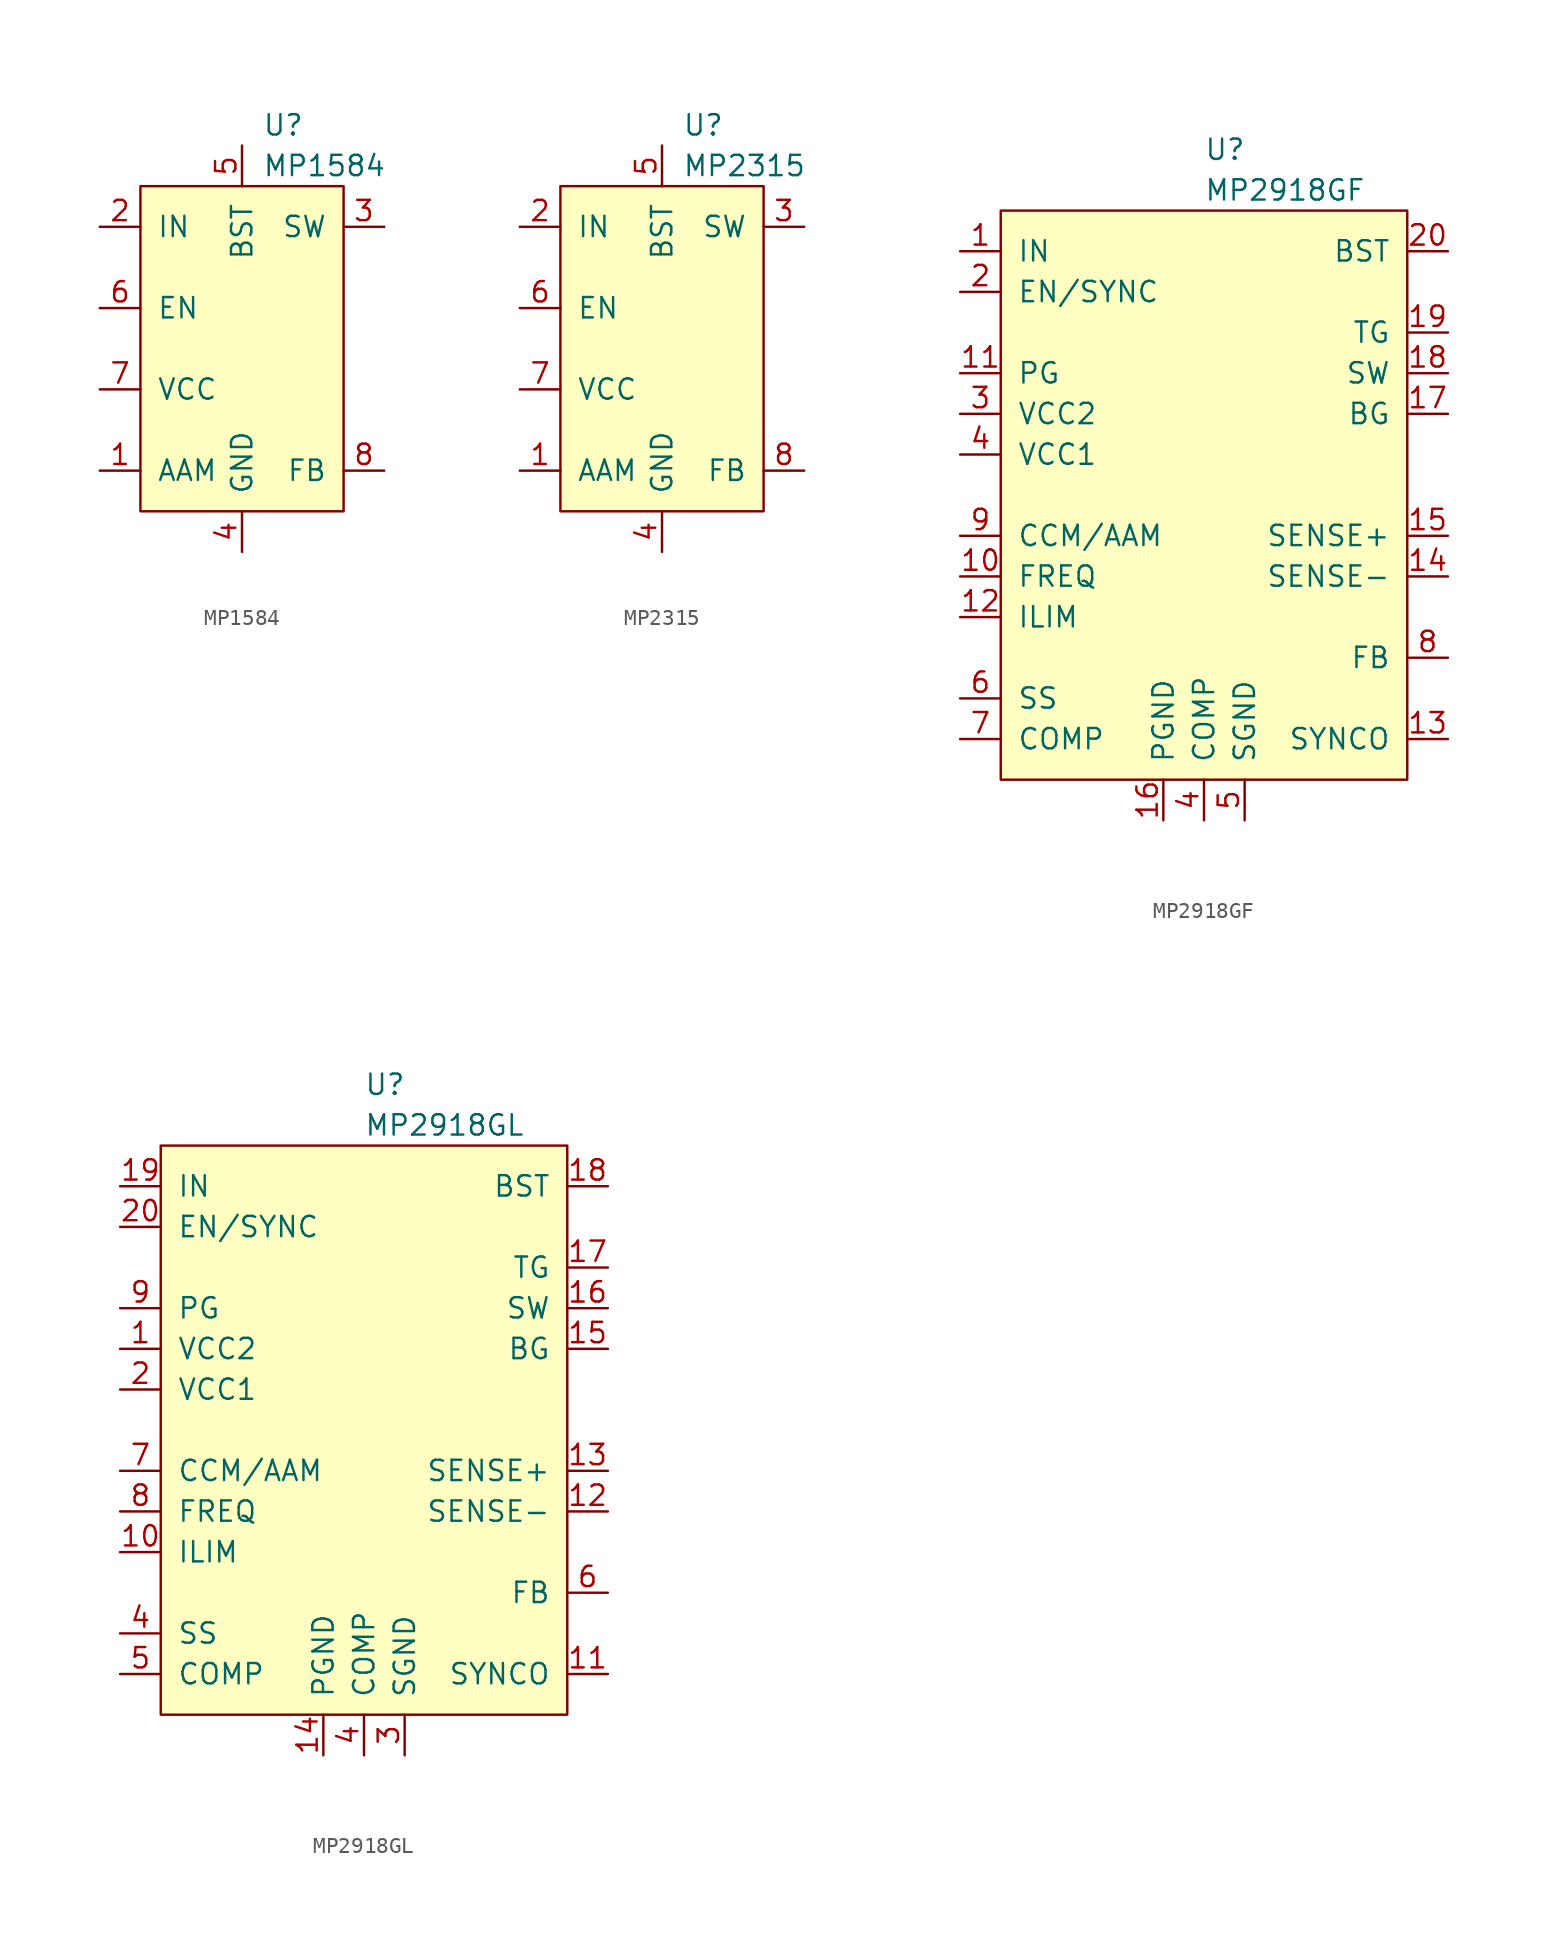
<source format=kicad_sym>
(kicad_symbol_lib
  (version 20211014)
  (generator kicad_symbol_editor)
  (symbol "MP1584"
    (pin_names
      (offset 1.016))
    (property "Reference" "U"
      (at 1.27 13.97 0)
      (effects (font (size 1.27 1.27)) (justify left)))
    (property "Value" "MP1584"
      (at 1.27 11.43 0)
      (effects (font (size 1.27 1.27)) (justify left)))
    (symbol "MP1584_0_1"
      (rectangle (start -6.35 10.16) (end 6.35 -10.16) (stroke (width 0) (type default) (color 0 0 0 0)) (fill (type background))))
    (symbol "MP1584_1_1"
      (pin input line (at -8.89 -7.62 0) (length 2.54) (name "AAM" (effects (font (size 1.27 1.27)))) (number "1" (effects (font (size 1.27 1.27)))))
      (pin power_in line (at -8.89 7.62 0) (length 2.54) (name "IN" (effects (font (size 1.27 1.27)))) (number "2" (effects (font (size 1.27 1.27)))))
      (pin power_out line (at 8.89 7.62 180) (length 2.54) (name "SW" (effects (font (size 1.27 1.27)))) (number "3" (effects (font (size 1.27 1.27)))))
      (pin power_in line (at 0 -12.7 90) (length 2.54) (name "GND" (effects (font (size 1.27 1.27)))) (number "4" (effects (font (size 1.27 1.27)))))
      (pin input line (at 0 12.7 270) (length 2.54) (name "BST" (effects (font (size 1.27 1.27)))) (number "5" (effects (font (size 1.27 1.27)))))
      (pin input line (at -8.89 2.54 0) (length 2.54) (name "EN" (effects (font (size 1.27 1.27)))) (number "6" (effects (font (size 1.27 1.27)))))
      (pin power_out line (at -8.89 -2.54 0) (length 2.54) (name "VCC" (effects (font (size 1.27 1.27)))) (number "7" (effects (font (size 1.27 1.27)))))
      (pin input line (at 8.89 -7.62 180) (length 2.54) (name "FB" (effects (font (size 1.27 1.27)))) (number "8" (effects (font (size 1.27 1.27)))))))
  (symbol "MP2315"
    (pin_names
      (offset 1.016))
    (property "Reference" "U"
      (at 1.27 13.97 0)
      (effects (font (size 1.27 1.27)) (justify left)))
    (property "Value" "MP2315"
      (at 1.27 11.43 0)
      (effects (font (size 1.27 1.27)) (justify left)))
    (symbol "MP2315_0_1"
      (rectangle (start -6.35 10.16) (end 6.35 -10.16) (stroke (width 0) (type default) (color 0 0 0 0)) (fill (type background))))
    (symbol "MP2315_1_1"
      (pin input line (at -8.89 -7.62 0) (length 2.54) (name "AAM" (effects (font (size 1.27 1.27)))) (number "1" (effects (font (size 1.27 1.27)))))
      (pin power_in line (at -8.89 7.62 0) (length 2.54) (name "IN" (effects (font (size 1.27 1.27)))) (number "2" (effects (font (size 1.27 1.27)))))
      (pin power_out line (at 8.89 7.62 180) (length 2.54) (name "SW" (effects (font (size 1.27 1.27)))) (number "3" (effects (font (size 1.27 1.27)))))
      (pin power_in line (at 0 -12.7 90) (length 2.54) (name "GND" (effects (font (size 1.27 1.27)))) (number "4" (effects (font (size 1.27 1.27)))))
      (pin input line (at 0 12.7 270) (length 2.54) (name "BST" (effects (font (size 1.27 1.27)))) (number "5" (effects (font (size 1.27 1.27)))))
      (pin input line (at -8.89 2.54 0) (length 2.54) (name "EN" (effects (font (size 1.27 1.27)))) (number "6" (effects (font (size 1.27 1.27)))))
      (pin power_out line (at -8.89 -2.54 0) (length 2.54) (name "VCC" (effects (font (size 1.27 1.27)))) (number "7" (effects (font (size 1.27 1.27)))))
      (pin input line (at 8.89 -7.62 180) (length 2.54) (name "FB" (effects (font (size 1.27 1.27)))) (number "8" (effects (font (size 1.27 1.27)))))))
  (symbol "MP2918GF"
    (pin_names
      (offset 1.016))
    (property "Reference" "U"
      (at 0 21.59 0)
      (effects (font (size 1.27 1.27)) (justify left)))
    (property "Value" "MP2918GF"
      (at 0 19.05 0)
      (effects (font (size 1.27 1.27)) (justify left)))
    (symbol "MP2918GF_0_1"
      (rectangle (start -12.7 17.78) (end 12.7 -17.78) (stroke (width 0) (type default) (color 0 0 0 0)) (fill (type background))))
    (symbol "MP2918GF_1_1"
      (pin power_in line (at -15.24 15.24 0) (length 2.54) (name "IN" (effects (font (size 1.27 1.27)))) (number "1" (effects (font (size 1.27 1.27)))))
      (pin input line (at -15.24 -5.08 0) (length 2.54) (name "FREQ" (effects (font (size 1.27 1.27)))) (number "10" (effects (font (size 1.27 1.27)))))
      (pin output line (at -15.24 7.62 0) (length 2.54) (name "PG" (effects (font (size 1.27 1.27)))) (number "11" (effects (font (size 1.27 1.27)))))
      (pin input line (at -15.24 -7.62 0) (length 2.54) (name "ILIM" (effects (font (size 1.27 1.27)))) (number "12" (effects (font (size 1.27 1.27)))))
      (pin output line (at 15.24 -15.24 180) (length 2.54) (name "SYNCO" (effects (font (size 1.27 1.27)))) (number "13" (effects (font (size 1.27 1.27)))))
      (pin input line (at 15.24 -5.08 180) (length 2.54) (name "SENSE-" (effects (font (size 1.27 1.27)))) (number "14" (effects (font (size 1.27 1.27)))))
      (pin input line (at 15.24 -2.54 180) (length 2.54) (name "SENSE+" (effects (font (size 1.27 1.27)))) (number "15" (effects (font (size 1.27 1.27)))))
      (pin power_in line (at -2.54 -20.32 90) (length 2.54) (name "PGND" (effects (font (size 1.27 1.27)))) (number "16" (effects (font (size 1.27 1.27)))))
      (pin output line (at 15.24 5.08 180) (length 2.54) (name "BG" (effects (font (size 1.27 1.27)))) (number "17" (effects (font (size 1.27 1.27)))))
      (pin output line (at 15.24 7.62 180) (length 2.54) (name "SW" (effects (font (size 1.27 1.27)))) (number "18" (effects (font (size 1.27 1.27)))))
      (pin output line (at 15.24 10.16 180) (length 2.54) (name "TG" (effects (font (size 1.27 1.27)))) (number "19" (effects (font (size 1.27 1.27)))))
      (pin input line (at -15.24 12.7 0) (length 2.54) (name "EN/SYNC" (effects (font (size 1.27 1.27)))) (number "2" (effects (font (size 1.27 1.27)))))
      (pin input line (at 15.24 15.24 180) (length 2.54) (name "BST" (effects (font (size 1.27 1.27)))) (number "20" (effects (font (size 1.27 1.27)))))
      (pin power_out line (at -15.24 5.08 0) (length 2.54) (name "VCC2" (effects (font (size 1.27 1.27)))) (number "3" (effects (font (size 1.27 1.27)))))
      (pin power_in line (at 0 -20.32 90) (length 2.54) (name "COMP" (effects (font (size 1.27 1.27)))) (number "4" (effects (font (size 1.27 1.27)))))
      (pin power_out line (at -15.24 2.54 0) (length 2.54) (name "VCC1" (effects (font (size 1.27 1.27)))) (number "4" (effects (font (size 1.27 1.27)))))
      (pin power_in line (at 2.54 -20.32 90) (length 2.54) (name "SGND" (effects (font (size 1.27 1.27)))) (number "5" (effects (font (size 1.27 1.27)))))
      (pin input line (at -15.24 -12.7 0) (length 2.54) (name "SS" (effects (font (size 1.27 1.27)))) (number "6" (effects (font (size 1.27 1.27)))))
      (pin input line (at -15.24 -15.24 0) (length 2.54) (name "COMP" (effects (font (size 1.27 1.27)))) (number "7" (effects (font (size 1.27 1.27)))))
      (pin input line (at 15.24 -10.16 180) (length 2.54) (name "FB" (effects (font (size 1.27 1.27)))) (number "8" (effects (font (size 1.27 1.27)))))
      (pin input line (at -15.24 -2.54 0) (length 2.54) (name "CCM/AAM" (effects (font (size 1.27 1.27)))) (number "9" (effects (font (size 1.27 1.27)))))))
  (symbol "MP2918GL"
    (pin_names
      (offset 1.016))
    (property "Reference" "U"
      (at 0 21.59 0)
      (effects (font (size 1.27 1.27)) (justify left)))
    (property "Value" "MP2918GL"
      (at 0 19.05 0)
      (effects (font (size 1.27 1.27)) (justify left)))
    (symbol "MP2918GL_0_1"
      (rectangle (start -12.7 17.78) (end 12.7 -17.78) (stroke (width 0) (type default) (color 0 0 0 0)) (fill (type background))))
    (symbol "MP2918GL_1_1"
      (pin power_out line (at -15.24 5.08 0) (length 2.54) (name "VCC2" (effects (font (size 1.27 1.27)))) (number "1" (effects (font (size 1.27 1.27)))))
      (pin input line (at -15.24 -7.62 0) (length 2.54) (name "ILIM" (effects (font (size 1.27 1.27)))) (number "10" (effects (font (size 1.27 1.27)))))
      (pin output line (at 15.24 -15.24 180) (length 2.54) (name "SYNCO" (effects (font (size 1.27 1.27)))) (number "11" (effects (font (size 1.27 1.27)))))
      (pin input line (at 15.24 -5.08 180) (length 2.54) (name "SENSE-" (effects (font (size 1.27 1.27)))) (number "12" (effects (font (size 1.27 1.27)))))
      (pin input line (at 15.24 -2.54 180) (length 2.54) (name "SENSE+" (effects (font (size 1.27 1.27)))) (number "13" (effects (font (size 1.27 1.27)))))
      (pin power_in line (at -2.54 -20.32 90) (length 2.54) (name "PGND" (effects (font (size 1.27 1.27)))) (number "14" (effects (font (size 1.27 1.27)))))
      (pin output line (at 15.24 5.08 180) (length 2.54) (name "BG" (effects (font (size 1.27 1.27)))) (number "15" (effects (font (size 1.27 1.27)))))
      (pin output line (at 15.24 7.62 180) (length 2.54) (name "SW" (effects (font (size 1.27 1.27)))) (number "16" (effects (font (size 1.27 1.27)))))
      (pin output line (at 15.24 10.16 180) (length 2.54) (name "TG" (effects (font (size 1.27 1.27)))) (number "17" (effects (font (size 1.27 1.27)))))
      (pin input line (at 15.24 15.24 180) (length 2.54) (name "BST" (effects (font (size 1.27 1.27)))) (number "18" (effects (font (size 1.27 1.27)))))
      (pin power_in line (at -15.24 15.24 0) (length 2.54) (name "IN" (effects (font (size 1.27 1.27)))) (number "19" (effects (font (size 1.27 1.27)))))
      (pin power_out line (at -15.24 2.54 0) (length 2.54) (name "VCC1" (effects (font (size 1.27 1.27)))) (number "2" (effects (font (size 1.27 1.27)))))
      (pin input line (at -15.24 12.7 0) (length 2.54) (name "EN/SYNC" (effects (font (size 1.27 1.27)))) (number "20" (effects (font (size 1.27 1.27)))))
      (pin power_in line (at 2.54 -20.32 90) (length 2.54) (name "SGND" (effects (font (size 1.27 1.27)))) (number "3" (effects (font (size 1.27 1.27)))))
      (pin power_in line (at 0 -20.32 90) (length 2.54) (name "COMP" (effects (font (size 1.27 1.27)))) (number "4" (effects (font (size 1.27 1.27)))))
      (pin input line (at -15.24 -12.7 0) (length 2.54) (name "SS" (effects (font (size 1.27 1.27)))) (number "4" (effects (font (size 1.27 1.27)))))
      (pin input line (at -15.24 -15.24 0) (length 2.54) (name "COMP" (effects (font (size 1.27 1.27)))) (number "5" (effects (font (size 1.27 1.27)))))
      (pin input line (at 15.24 -10.16 180) (length 2.54) (name "FB" (effects (font (size 1.27 1.27)))) (number "6" (effects (font (size 1.27 1.27)))))
      (pin input line (at -15.24 -2.54 0) (length 2.54) (name "CCM/AAM" (effects (font (size 1.27 1.27)))) (number "7" (effects (font (size 1.27 1.27)))))
      (pin input line (at -15.24 -5.08 0) (length 2.54) (name "FREQ" (effects (font (size 1.27 1.27)))) (number "8" (effects (font (size 1.27 1.27)))))
      (pin output line (at -15.24 7.62 0) (length 2.54) (name "PG" (effects (font (size 1.27 1.27)))) (number "9" (effects (font (size 1.27 1.27))))))))
</source>
